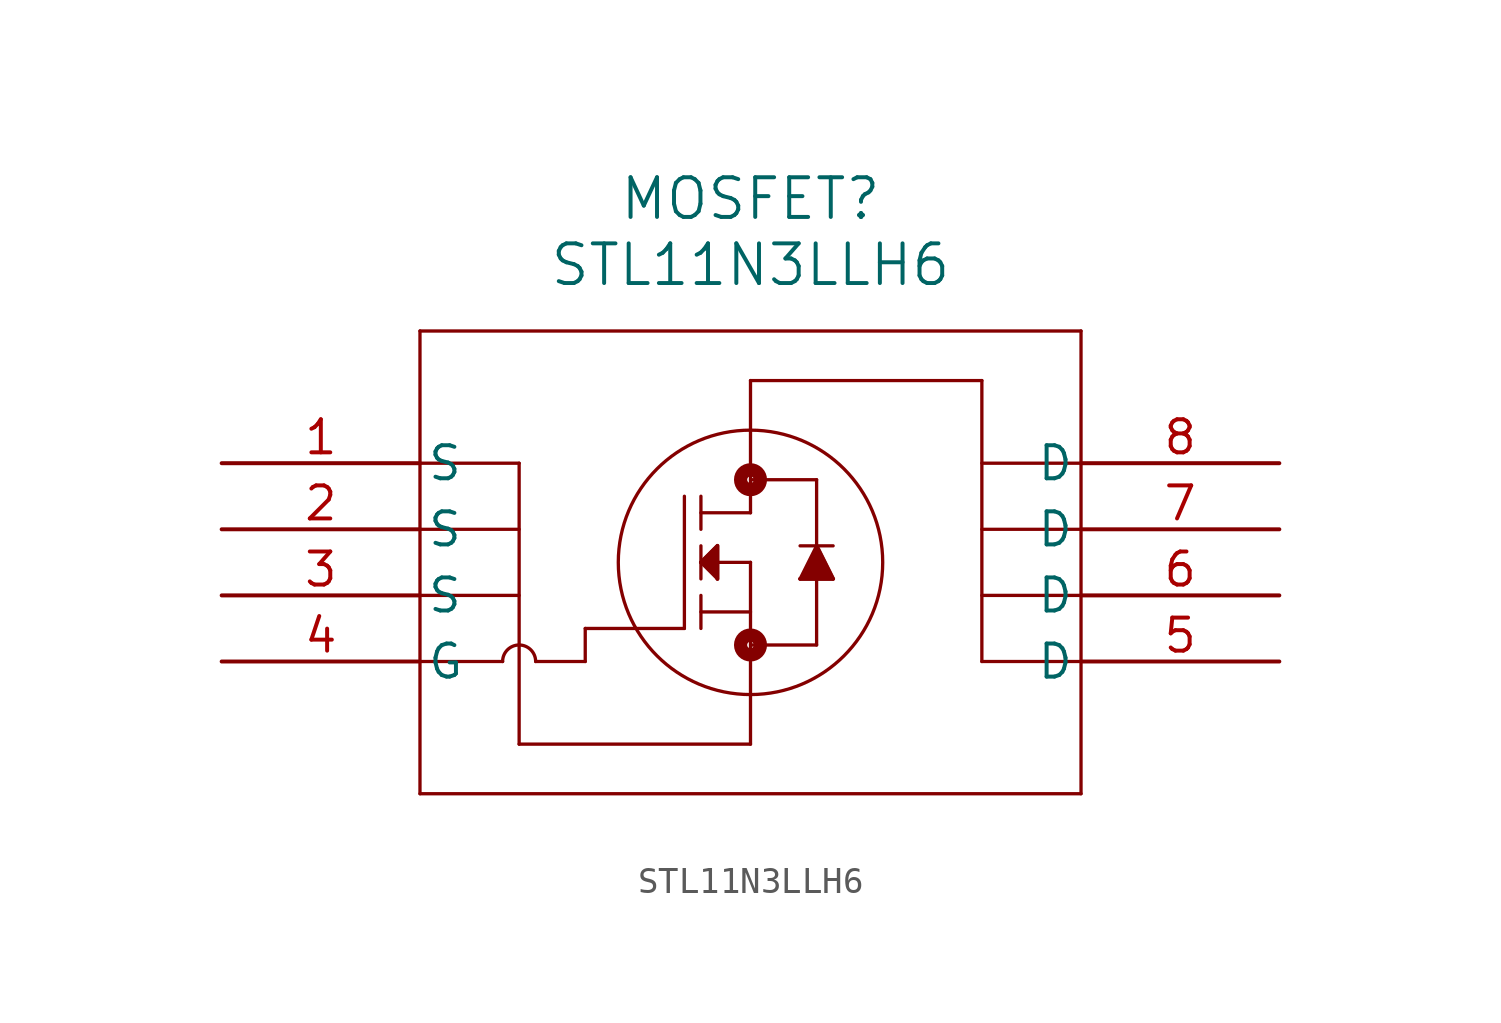
<source format=kicad_sym>
(kicad_symbol_lib
  (version 20211014)
  (generator kicad_symbol_editor)
  (symbol "STL11N3LLH6"
    (pin_names
      (offset 0.254))
    (property "Reference" "MOSFET"
      (at 20.32 10.16 0)
      (effects (font (size 1.524 1.524))))
    (property "Value" "STL11N3LLH6"
      (at 20.32 7.62 0)
      (effects (font (size 1.524 1.524))))
    (symbol "STL11N3LLH6_0_1"
      (polyline (pts (xy 7.62 5.08) (xy 7.62 -12.7)) (stroke (width 0.127) (type default) (color 0 0 0 0)) (fill (type none)))
      (polyline (pts (xy 7.62 -12.7) (xy 33.02 -12.7)) (stroke (width 0.127) (type default) (color 0 0 0 0)) (fill (type none)))
      (polyline (pts (xy 33.02 -12.7) (xy 33.02 5.08)) (stroke (width 0.127) (type default) (color 0 0 0 0)) (fill (type none)))
      (polyline (pts (xy 33.02 5.08) (xy 7.62 5.08)) (stroke (width 0.127) (type default) (color 0 0 0 0)) (fill (type none)))
      (polyline (pts (xy 20.32 -3.81) (xy 18.415 -3.81)) (stroke (width 0.127) (type default) (color 0 0 0 0)) (fill (type none)))
      (polyline (pts (xy 18.415 -3.175) (xy 18.415 -4.445)) (stroke (width 0.127) (type default) (color 0 0 0 0)) (fill (type none)))
      (polyline (pts (xy 18.415 -2.54) (xy 18.415 -1.27)) (stroke (width 0.127) (type default) (color 0 0 0 0)) (fill (type none)))
      (polyline (pts (xy 18.415 -5.08) (xy 18.415 -6.35)) (stroke (width 0.127) (type default) (color 0 0 0 0)) (fill (type none)))
      (polyline (pts (xy 18.415 -5.715) (xy 20.32 -5.715)) (stroke (width 0.127) (type default) (color 0 0 0 0)) (fill (type none)))
      (polyline (pts (xy 18.415 -1.905) (xy 20.32 -1.905)) (stroke (width 0.127) (type default) (color 0 0 0 0)) (fill (type none)))
      (polyline (pts (xy 20.32 -1.905) (xy 20.32 3.175)) (stroke (width 0.127) (type default) (color 0 0 0 0)) (fill (type none)))
      (polyline (pts (xy 20.32 -3.81) (xy 20.32 -10.795)) (stroke (width 0.127) (type default) (color 0 0 0 0)) (fill (type none)))
      (polyline (pts (xy 20.32 -6.985) (xy 22.86 -6.985)) (stroke (width 0.127) (type default) (color 0 0 0 0)) (fill (type none)))
      (polyline (pts (xy 20.32 -0.635) (xy 22.86 -0.635)) (stroke (width 0.127) (type default) (color 0 0 0 0)) (fill (type none)))
      (polyline (pts (xy 22.86 -0.635) (xy 22.86 -6.985)) (stroke (width 0.127) (type default) (color 0 0 0 0)) (fill (type none)))
      (polyline (pts (xy 17.78 -1.27) (xy 17.78 -6.35)) (stroke (width 0.127) (type default) (color 0 0 0 0)) (fill (type none)))
      (polyline (pts (xy 7.62 -7.62) (xy 10.795 -7.62)) (stroke (width 0.127) (type default) (color 0 0 0 0)) (fill (type none)))
      (polyline (pts (xy 12.065 -7.62) (xy 13.97 -7.62)) (stroke (width 0.127) (type default) (color 0 0 0 0)) (fill (type none)))
      (polyline (pts (xy 13.97 -7.62) (xy 13.97 -6.35)) (stroke (width 0.127) (type default) (color 0 0 0 0)) (fill (type none)))
      (polyline (pts (xy 13.97 -6.35) (xy 17.78 -6.35)) (stroke (width 0.127) (type default) (color 0 0 0 0)) (fill (type none)))
      (polyline (pts (xy 7.62 0) (xy 11.43 0)) (stroke (width 0.127) (type default) (color 0 0 0 0)) (fill (type none)))
      (polyline (pts (xy 7.62 -2.54) (xy 11.43 -2.54)) (stroke (width 0.127) (type default) (color 0 0 0 0)) (fill (type none)))
      (polyline (pts (xy 7.62 -5.08) (xy 11.43 -5.08)) (stroke (width 0.127) (type default) (color 0 0 0 0)) (fill (type none)))
      (polyline (pts (xy 11.43 0) (xy 11.43 -10.795)) (stroke (width 0.127) (type default) (color 0 0 0 0)) (fill (type none)))
      (arc (start 12.065 -7.62) (mid 11.43 -6.985) (end 10.795 -7.62) (stroke (width 0.127) (type default) (color 0 0 0 0)) (fill (type none)))
      (polyline (pts (xy 18.415 -3.81) (xy 19.05 -3.175)) (stroke (width 0.127) (type default) (color 0 0 0 0)) (fill (type none)))
      (polyline (pts (xy 19.05 -3.175) (xy 19.05 -4.445)) (stroke (width 0.127) (type default) (color 0 0 0 0)) (fill (type none)))
      (polyline (pts (xy 19.05 -4.445) (xy 18.415 -3.81)) (stroke (width 0.127) (type default) (color 0 0 0 0)) (fill (type none)))
      (polyline (pts (xy 18.415 -3.81) (xy 19.05 -3.175) (xy 19.05 -4.445)) (stroke (width 0) (type default) (color 0 0 0 0)) (fill (type outline)))
      (polyline (pts (xy 22.225 -3.175) (xy 23.495 -3.175)) (stroke (width 0.127) (type default) (color 0 0 0 0)) (fill (type none)))
      (polyline (pts (xy 22.86 -3.175) (xy 22.225 -4.445)) (stroke (width 0.127) (type default) (color 0 0 0 0)) (fill (type none)))
      (polyline (pts (xy 22.225 -4.445) (xy 23.495 -4.445)) (stroke (width 0.127) (type default) (color 0 0 0 0)) (fill (type none)))
      (polyline (pts (xy 23.495 -4.445) (xy 22.86 -3.175)) (stroke (width 0.127) (type default) (color 0 0 0 0)) (fill (type none)))
      (polyline (pts (xy 22.225 -4.445) (xy 23.495 -4.445) (xy 22.86 -3.175)) (stroke (width 0) (type default) (color 0 0 0 0)) (fill (type outline)))
      (circle (center 20.32 -0.635) (radius 0.127) (stroke (width 0.508) (type default) (color 0 0 0 0)) (fill (type none)))
      (circle (center 20.32 -6.985) (radius 0.127) (stroke (width 0.508) (type default) (color 0 0 0 0)) (fill (type none)))
      (polyline (pts (xy 33.02 -7.62) (xy 29.21 -7.62)) (stroke (width 0.127) (type default) (color 0 0 0 0)) (fill (type none)))
      (polyline (pts (xy 29.21 -7.62) (xy 29.21 3.175)) (stroke (width 0.127) (type default) (color 0 0 0 0)) (fill (type none)))
      (polyline (pts (xy 33.02 0) (xy 29.21 0)) (stroke (width 0.127) (type default) (color 0 0 0 0)) (fill (type none)))
      (polyline (pts (xy 33.02 -2.54) (xy 29.21 -2.54)) (stroke (width 0.127) (type default) (color 0 0 0 0)) (fill (type none)))
      (polyline (pts (xy 33.02 -5.08) (xy 29.21 -5.08)) (stroke (width 0.127) (type default) (color 0 0 0 0)) (fill (type none)))
      (circle (center 20.32 -3.81) (radius 5.08) (stroke (width 0.127) (type default) (color 0 0 0 0)) (fill (type none)))
      (polyline (pts (xy 20.32 3.175) (xy 29.21 3.175)) (stroke (width 0.127) (type default) (color 0 0 0 0)) (fill (type none)))
      (polyline (pts (xy 20.32 -10.795) (xy 11.43 -10.795)) (stroke (width 0.127) (type default) (color 0 0 0 0)) (fill (type none)))
      (pin unspecified line (at 0 0 0) (length 7.62) (name "S" (effects (font (size 1.27 1.27)))) (number "1" (effects (font (size 1.27 1.27)))))
      (pin unspecified line (at 0 -2.54 0) (length 7.62) (name "S" (effects (font (size 1.27 1.27)))) (number "2" (effects (font (size 1.27 1.27)))))
      (pin unspecified line (at 0 -5.08 0) (length 7.62) (name "S" (effects (font (size 1.27 1.27)))) (number "3" (effects (font (size 1.27 1.27)))))
      (pin unspecified line (at 0 -7.62 0) (length 7.62) (name "G" (effects (font (size 1.27 1.27)))) (number "4" (effects (font (size 1.27 1.27)))))
      (pin unspecified line (at 40.64 -7.62 180) (length 7.62) (name "D" (effects (font (size 1.27 1.27)))) (number "5" (effects (font (size 1.27 1.27)))))
      (pin unspecified line (at 40.64 -5.08 180) (length 7.62) (name "D" (effects (font (size 1.27 1.27)))) (number "6" (effects (font (size 1.27 1.27)))))
      (pin unspecified line (at 40.64 -2.54 180) (length 7.62) (name "D" (effects (font (size 1.27 1.27)))) (number "7" (effects (font (size 1.27 1.27)))))
      (pin unspecified line (at 40.64 0 180) (length 7.62) (name "D" (effects (font (size 1.27 1.27)))) (number "8" (effects (font (size 1.27 1.27))))))))
</source>
